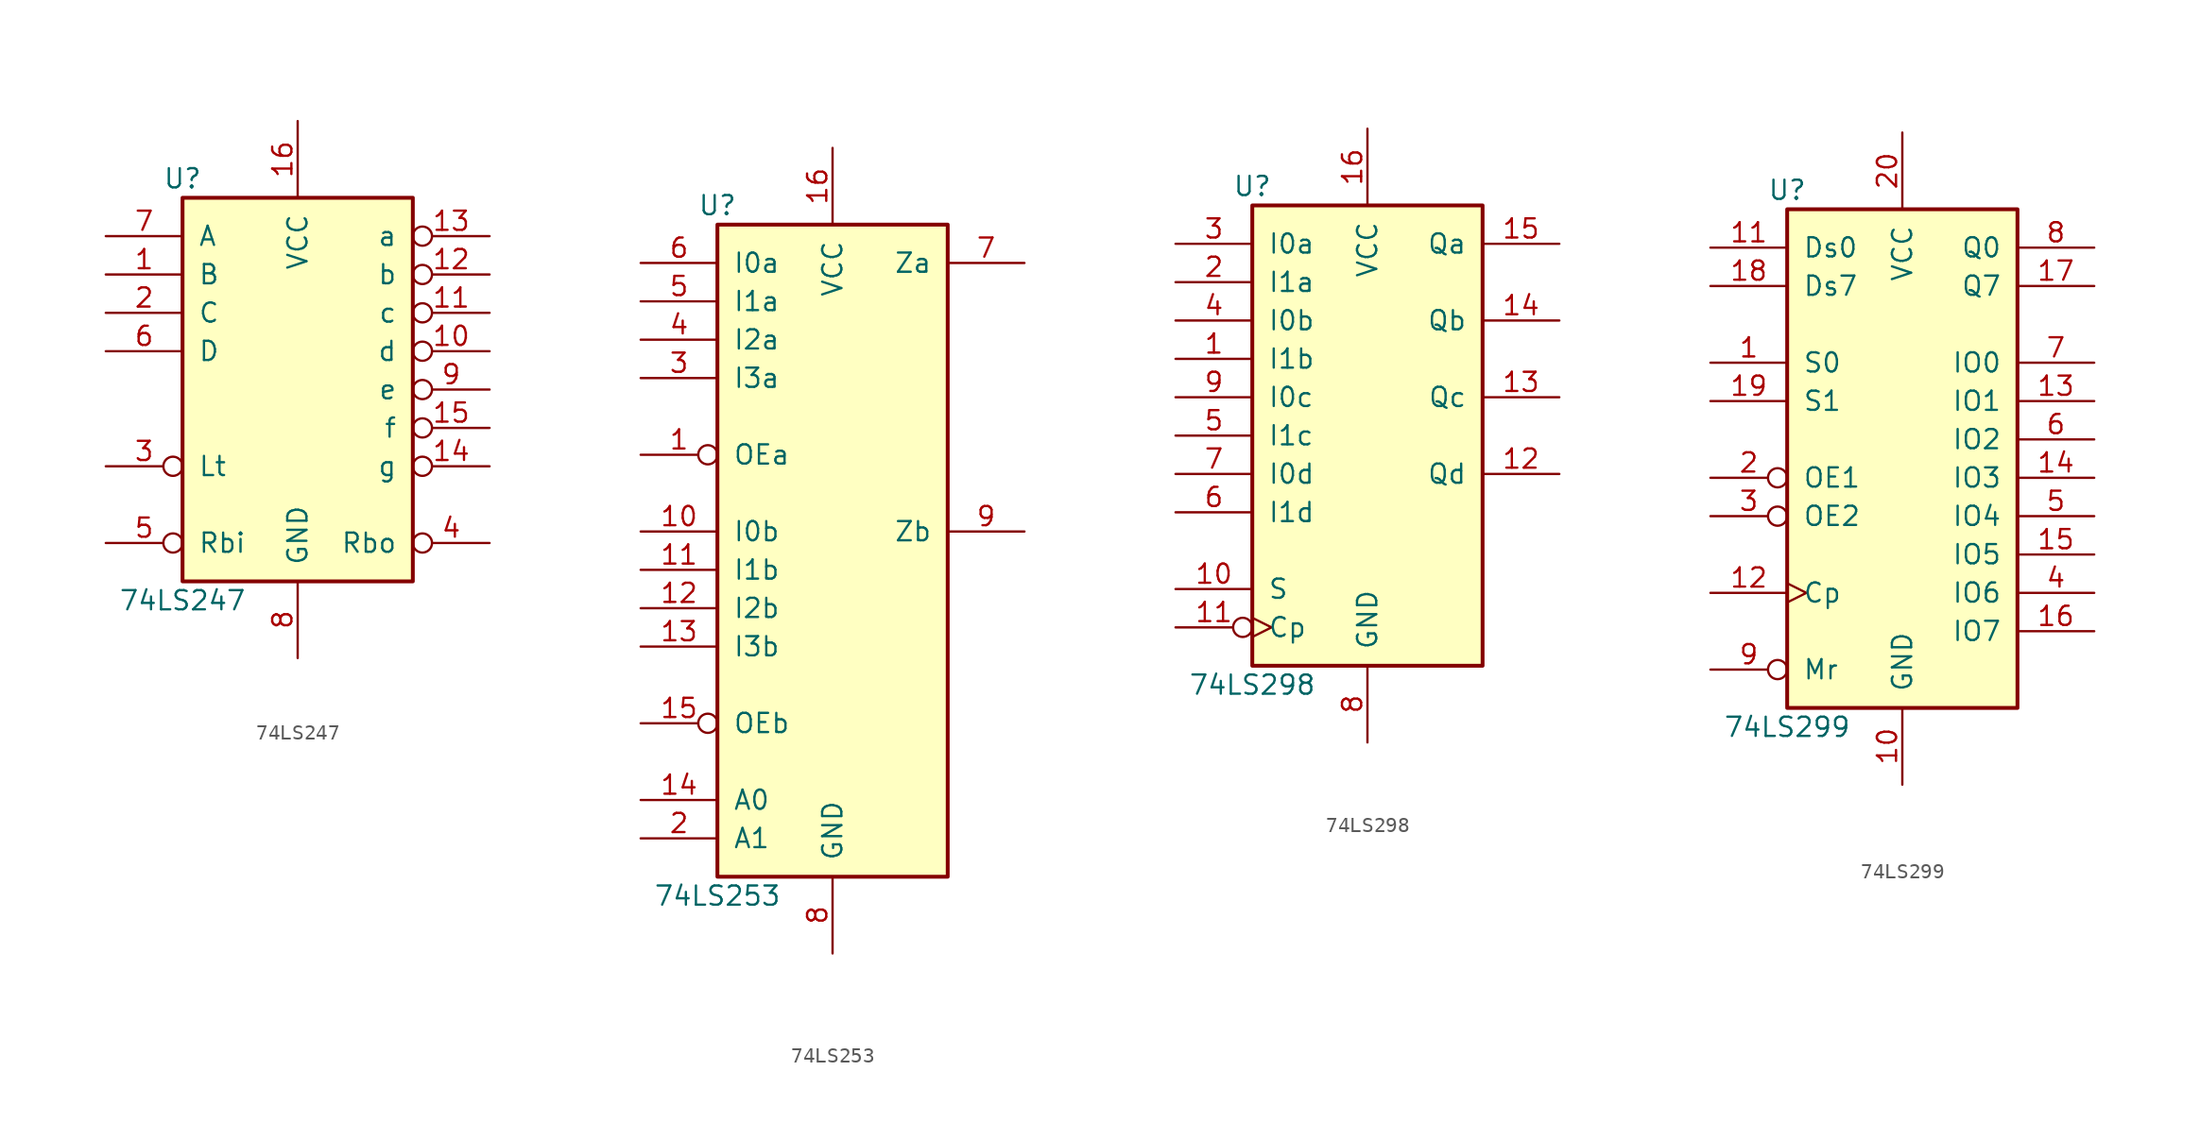
<source format=kicad_sym>
(kicad_symbol_lib
  (version 20201005)
  (generator kicad_symbol_editor)
  (symbol "74LS247"
    (pin_names
      (offset 1.016))
    (property "Reference" "U"
      (at -7.62 13.97 0)
      (effects (font (size 1.27 1.27))))
    (property "Value" "74LS247"
      (at -7.62 -13.97 0)
      (effects (font (size 1.27 1.27))))
    (property "ki_locked" ""
      (at 0 0 0)
      (effects (font (size 1.27 1.27))))
    (symbol "74LS247_1_0"
      (pin input line (at -12.7 7.62 0) (length 5.08) (name "B" (effects (font (size 1.27 1.27)))) (number "1" (effects (font (size 1.27 1.27)))))
      (pin open_collector inverted (at 12.7 2.54 180) (length 5.08) (name "d" (effects (font (size 1.27 1.27)))) (number "10" (effects (font (size 1.27 1.27)))))
      (pin open_collector inverted (at 12.7 5.08 180) (length 5.08) (name "c" (effects (font (size 1.27 1.27)))) (number "11" (effects (font (size 1.27 1.27)))))
      (pin open_collector inverted (at 12.7 7.62 180) (length 5.08) (name "b" (effects (font (size 1.27 1.27)))) (number "12" (effects (font (size 1.27 1.27)))))
      (pin open_collector inverted (at 12.7 10.16 180) (length 5.08) (name "a" (effects (font (size 1.27 1.27)))) (number "13" (effects (font (size 1.27 1.27)))))
      (pin open_collector inverted (at 12.7 -5.08 180) (length 5.08) (name "g" (effects (font (size 1.27 1.27)))) (number "14" (effects (font (size 1.27 1.27)))))
      (pin open_collector inverted (at 12.7 -2.54 180) (length 5.08) (name "f" (effects (font (size 1.27 1.27)))) (number "15" (effects (font (size 1.27 1.27)))))
      (pin power_in line (at 0 17.78 270) (length 5.08) (name "VCC" (effects (font (size 1.27 1.27)))) (number "16" (effects (font (size 1.27 1.27)))))
      (pin input line (at -12.7 5.08 0) (length 5.08) (name "C" (effects (font (size 1.27 1.27)))) (number "2" (effects (font (size 1.27 1.27)))))
      (pin input inverted (at -12.7 -5.08 0) (length 5.08) (name "Lt" (effects (font (size 1.27 1.27)))) (number "3" (effects (font (size 1.27 1.27)))))
      (pin output inverted (at 12.7 -10.16 180) (length 5.08) (name "Rbo" (effects (font (size 1.27 1.27)))) (number "4" (effects (font (size 1.27 1.27)))))
      (pin input inverted (at -12.7 -10.16 0) (length 5.08) (name "Rbi" (effects (font (size 1.27 1.27)))) (number "5" (effects (font (size 1.27 1.27)))))
      (pin input line (at -12.7 2.54 0) (length 5.08) (name "D" (effects (font (size 1.27 1.27)))) (number "6" (effects (font (size 1.27 1.27)))))
      (pin input line (at -12.7 10.16 0) (length 5.08) (name "A" (effects (font (size 1.27 1.27)))) (number "7" (effects (font (size 1.27 1.27)))))
      (pin power_in line (at 0 -17.78 90) (length 5.08) (name "GND" (effects (font (size 1.27 1.27)))) (number "8" (effects (font (size 1.27 1.27)))))
      (pin open_collector inverted (at 12.7 0 180) (length 5.08) (name "e" (effects (font (size 1.27 1.27)))) (number "9" (effects (font (size 1.27 1.27))))))
    (symbol "74LS247_1_1"
      (rectangle (start -7.62 12.7) (end 7.62 -12.7) (stroke (width 0.254)) (fill (type background)))))
  (symbol "74LS253"
    (pin_names
      (offset 1.016))
    (property "Reference" "U"
      (at -7.62 21.59 0)
      (effects (font (size 1.27 1.27))))
    (property "Value" "74LS253"
      (at -7.62 -24.13 0)
      (effects (font (size 1.27 1.27))))
    (property "ki_locked" ""
      (at 0 0 0)
      (effects (font (size 1.27 1.27))))
    (symbol "74LS253_1_0"
      (pin input inverted (at -12.7 5.08 0) (length 5.08) (name "OEa" (effects (font (size 1.27 1.27)))) (number "1" (effects (font (size 1.27 1.27)))))
      (pin input line (at -12.7 0 0) (length 5.08) (name "I0b" (effects (font (size 1.27 1.27)))) (number "10" (effects (font (size 1.27 1.27)))))
      (pin input line (at -12.7 -2.54 0) (length 5.08) (name "I1b" (effects (font (size 1.27 1.27)))) (number "11" (effects (font (size 1.27 1.27)))))
      (pin input line (at -12.7 -5.08 0) (length 5.08) (name "I2b" (effects (font (size 1.27 1.27)))) (number "12" (effects (font (size 1.27 1.27)))))
      (pin input line (at -12.7 -7.62 0) (length 5.08) (name "I3b" (effects (font (size 1.27 1.27)))) (number "13" (effects (font (size 1.27 1.27)))))
      (pin input line (at -12.7 -17.78 0) (length 5.08) (name "A0" (effects (font (size 1.27 1.27)))) (number "14" (effects (font (size 1.27 1.27)))))
      (pin input inverted (at -12.7 -12.7 0) (length 5.08) (name "OEb" (effects (font (size 1.27 1.27)))) (number "15" (effects (font (size 1.27 1.27)))))
      (pin power_in line (at 0 25.4 270) (length 5.08) (name "VCC" (effects (font (size 1.27 1.27)))) (number "16" (effects (font (size 1.27 1.27)))))
      (pin input line (at -12.7 -20.32 0) (length 5.08) (name "A1" (effects (font (size 1.27 1.27)))) (number "2" (effects (font (size 1.27 1.27)))))
      (pin input line (at -12.7 10.16 0) (length 5.08) (name "I3a" (effects (font (size 1.27 1.27)))) (number "3" (effects (font (size 1.27 1.27)))))
      (pin input line (at -12.7 12.7 0) (length 5.08) (name "I2a" (effects (font (size 1.27 1.27)))) (number "4" (effects (font (size 1.27 1.27)))))
      (pin input line (at -12.7 15.24 0) (length 5.08) (name "I1a" (effects (font (size 1.27 1.27)))) (number "5" (effects (font (size 1.27 1.27)))))
      (pin input line (at -12.7 17.78 0) (length 5.08) (name "I0a" (effects (font (size 1.27 1.27)))) (number "6" (effects (font (size 1.27 1.27)))))
      (pin tri_state line (at 12.7 17.78 180) (length 5.08) (name "Za" (effects (font (size 1.27 1.27)))) (number "7" (effects (font (size 1.27 1.27)))))
      (pin power_in line (at 0 -27.94 90) (length 5.08) (name "GND" (effects (font (size 1.27 1.27)))) (number "8" (effects (font (size 1.27 1.27)))))
      (pin tri_state line (at 12.7 0 180) (length 5.08) (name "Zb" (effects (font (size 1.27 1.27)))) (number "9" (effects (font (size 1.27 1.27))))))
    (symbol "74LS253_1_1"
      (rectangle (start -7.62 20.32) (end 7.62 -22.86) (stroke (width 0.254)) (fill (type background)))))
  (symbol "74LS298"
    (pin_names
      (offset 1.016))
    (property "Reference" "U"
      (at -7.62 16.51 0)
      (effects (font (size 1.27 1.27))))
    (property "Value" "74LS298"
      (at -7.62 -16.51 0)
      (effects (font (size 1.27 1.27))))
    (property "ki_locked" ""
      (at 0 0 0)
      (effects (font (size 1.27 1.27))))
    (symbol "74LS298_1_0"
      (pin input line (at -12.7 5.08 0) (length 5.08) (name "I1b" (effects (font (size 1.27 1.27)))) (number "1" (effects (font (size 1.27 1.27)))))
      (pin input line (at -12.7 -10.16 0) (length 5.08) (name "S" (effects (font (size 1.27 1.27)))) (number "10" (effects (font (size 1.27 1.27)))))
      (pin input inverted_clock (at -12.7 -12.7 0) (length 5.08) (name "Cp" (effects (font (size 1.27 1.27)))) (number "11" (effects (font (size 1.27 1.27)))))
      (pin output line (at 12.7 -2.54 180) (length 5.08) (name "Qd" (effects (font (size 1.27 1.27)))) (number "12" (effects (font (size 1.27 1.27)))))
      (pin output line (at 12.7 2.54 180) (length 5.08) (name "Qc" (effects (font (size 1.27 1.27)))) (number "13" (effects (font (size 1.27 1.27)))))
      (pin output line (at 12.7 7.62 180) (length 5.08) (name "Qb" (effects (font (size 1.27 1.27)))) (number "14" (effects (font (size 1.27 1.27)))))
      (pin output line (at 12.7 12.7 180) (length 5.08) (name "Qa" (effects (font (size 1.27 1.27)))) (number "15" (effects (font (size 1.27 1.27)))))
      (pin power_in line (at 0 20.32 270) (length 5.08) (name "VCC" (effects (font (size 1.27 1.27)))) (number "16" (effects (font (size 1.27 1.27)))))
      (pin input line (at -12.7 10.16 0) (length 5.08) (name "I1a" (effects (font (size 1.27 1.27)))) (number "2" (effects (font (size 1.27 1.27)))))
      (pin input line (at -12.7 12.7 0) (length 5.08) (name "I0a" (effects (font (size 1.27 1.27)))) (number "3" (effects (font (size 1.27 1.27)))))
      (pin input line (at -12.7 7.62 0) (length 5.08) (name "I0b" (effects (font (size 1.27 1.27)))) (number "4" (effects (font (size 1.27 1.27)))))
      (pin input line (at -12.7 0 0) (length 5.08) (name "I1c" (effects (font (size 1.27 1.27)))) (number "5" (effects (font (size 1.27 1.27)))))
      (pin input line (at -12.7 -5.08 0) (length 5.08) (name "I1d" (effects (font (size 1.27 1.27)))) (number "6" (effects (font (size 1.27 1.27)))))
      (pin input line (at -12.7 -2.54 0) (length 5.08) (name "I0d" (effects (font (size 1.27 1.27)))) (number "7" (effects (font (size 1.27 1.27)))))
      (pin power_in line (at 0 -20.32 90) (length 5.08) (name "GND" (effects (font (size 1.27 1.27)))) (number "8" (effects (font (size 1.27 1.27)))))
      (pin input line (at -12.7 2.54 0) (length 5.08) (name "I0c" (effects (font (size 1.27 1.27)))) (number "9" (effects (font (size 1.27 1.27))))))
    (symbol "74LS298_1_1"
      (rectangle (start -7.62 15.24) (end 7.62 -15.24) (stroke (width 0.254)) (fill (type background)))))
  (symbol "74LS299"
    (pin_names
      (offset 1.016))
    (property "Reference" "U"
      (at -7.62 16.51 0)
      (effects (font (size 1.27 1.27))))
    (property "Value" "74LS299"
      (at -7.62 -19.05 0)
      (effects (font (size 1.27 1.27))))
    (property "ki_locked" ""
      (at 0 0 0)
      (effects (font (size 1.27 1.27))))
    (symbol "74LS299_1_0"
      (pin input line (at -12.7 5.08 0) (length 5.08) (name "S0" (effects (font (size 1.27 1.27)))) (number "1" (effects (font (size 1.27 1.27)))))
      (pin power_in line (at 0 -22.86 90) (length 5.08) (name "GND" (effects (font (size 1.27 1.27)))) (number "10" (effects (font (size 1.27 1.27)))))
      (pin input line (at -12.7 12.7 0) (length 5.08) (name "Ds0" (effects (font (size 1.27 1.27)))) (number "11" (effects (font (size 1.27 1.27)))))
      (pin input clock (at -12.7 -10.16 0) (length 5.08) (name "Cp" (effects (font (size 1.27 1.27)))) (number "12" (effects (font (size 1.27 1.27)))))
      (pin tri_state line (at 12.7 2.54 180) (length 5.08) (name "IO1" (effects (font (size 1.27 1.27)))) (number "13" (effects (font (size 1.27 1.27)))))
      (pin tri_state line (at 12.7 -2.54 180) (length 5.08) (name "IO3" (effects (font (size 1.27 1.27)))) (number "14" (effects (font (size 1.27 1.27)))))
      (pin tri_state line (at 12.7 -7.62 180) (length 5.08) (name "IO5" (effects (font (size 1.27 1.27)))) (number "15" (effects (font (size 1.27 1.27)))))
      (pin tri_state line (at 12.7 -12.7 180) (length 5.08) (name "IO7" (effects (font (size 1.27 1.27)))) (number "16" (effects (font (size 1.27 1.27)))))
      (pin output line (at 12.7 10.16 180) (length 5.08) (name "Q7" (effects (font (size 1.27 1.27)))) (number "17" (effects (font (size 1.27 1.27)))))
      (pin input line (at -12.7 10.16 0) (length 5.08) (name "Ds7" (effects (font (size 1.27 1.27)))) (number "18" (effects (font (size 1.27 1.27)))))
      (pin input line (at -12.7 2.54 0) (length 5.08) (name "S1" (effects (font (size 1.27 1.27)))) (number "19" (effects (font (size 1.27 1.27)))))
      (pin input inverted (at -12.7 -2.54 0) (length 5.08) (name "OE1" (effects (font (size 1.27 1.27)))) (number "2" (effects (font (size 1.27 1.27)))))
      (pin power_in line (at 0 20.32 270) (length 5.08) (name "VCC" (effects (font (size 1.27 1.27)))) (number "20" (effects (font (size 1.27 1.27)))))
      (pin input inverted (at -12.7 -5.08 0) (length 5.08) (name "OE2" (effects (font (size 1.27 1.27)))) (number "3" (effects (font (size 1.27 1.27)))))
      (pin tri_state line (at 12.7 -10.16 180) (length 5.08) (name "IO6" (effects (font (size 1.27 1.27)))) (number "4" (effects (font (size 1.27 1.27)))))
      (pin tri_state line (at 12.7 -5.08 180) (length 5.08) (name "IO4" (effects (font (size 1.27 1.27)))) (number "5" (effects (font (size 1.27 1.27)))))
      (pin tri_state line (at 12.7 0 180) (length 5.08) (name "IO2" (effects (font (size 1.27 1.27)))) (number "6" (effects (font (size 1.27 1.27)))))
      (pin tri_state line (at 12.7 5.08 180) (length 5.08) (name "IO0" (effects (font (size 1.27 1.27)))) (number "7" (effects (font (size 1.27 1.27)))))
      (pin output line (at 12.7 12.7 180) (length 5.08) (name "Q0" (effects (font (size 1.27 1.27)))) (number "8" (effects (font (size 1.27 1.27)))))
      (pin input inverted (at -12.7 -15.24 0) (length 5.08) (name "Mr" (effects (font (size 1.27 1.27)))) (number "9" (effects (font (size 1.27 1.27))))))
    (symbol "74LS299_1_1"
      (rectangle (start -7.62 15.24) (end 7.62 -17.78) (stroke (width 0.254)) (fill (type background))))))
</source>
